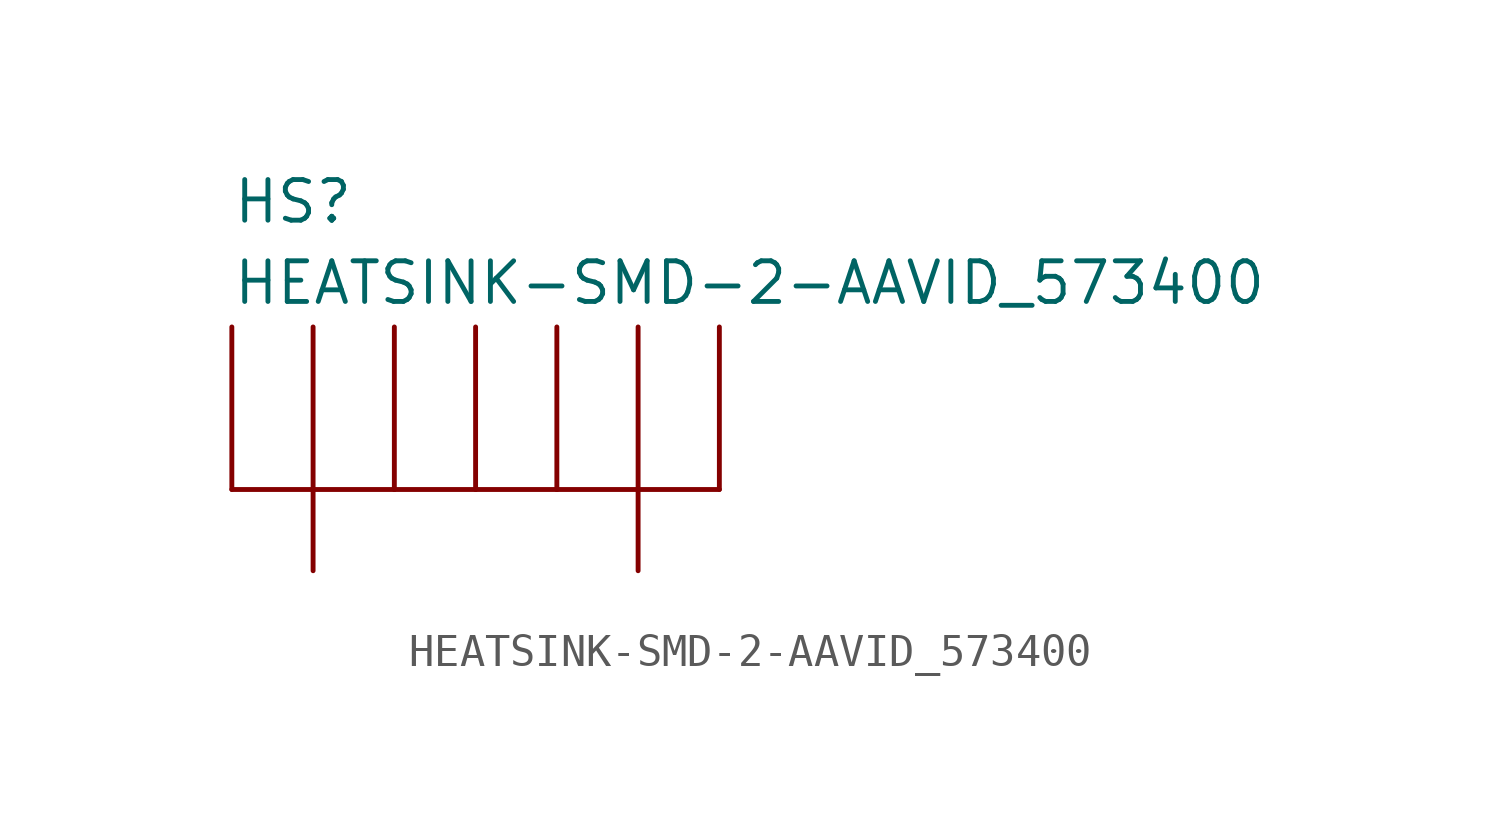
<source format=kicad_sym>
(kicad_symbol_lib
  (version 20211014)
  (generator kicad_symbol_editor)
  (symbol "HEATSINK-SMD-2-AAVID_573400"
    (pin_numbers hide)
    (pin_names
      (offset 1.016) hide)
    (property "Reference" "HS"
      (at -7.62 8.255 0)
      (effects (font (size 1.27 1.27)) (justify left bottom)))
    (property "Value" "HEATSINK-SMD-2-AAVID_573400"
      (at -7.62 5.715 0)
      (effects (font (size 1.27 1.27)) (justify left bottom)))
    (property "ki_locked" ""
      (at 0 0 0)
      (effects (font (size 1.27 1.27))))
    (symbol "HEATSINK-SMD-2-AAVID_573400_1_0"
      (polyline (pts (xy -7.62 0) (xy -5.08 0)) (stroke (width 0) (type default) (color 0 0 0 0)) (fill (type none)))
      (polyline (pts (xy -7.62 5.08) (xy -7.62 0)) (stroke (width 0) (type default) (color 0 0 0 0)) (fill (type none)))
      (polyline (pts (xy -5.08 0) (xy -2.54 0)) (stroke (width 0) (type default) (color 0 0 0 0)) (fill (type none)))
      (polyline (pts (xy -5.08 5.08) (xy -5.08 0)) (stroke (width 0) (type default) (color 0 0 0 0)) (fill (type none)))
      (polyline (pts (xy -2.54 0) (xy 0 0)) (stroke (width 0) (type default) (color 0 0 0 0)) (fill (type none)))
      (polyline (pts (xy -2.54 5.08) (xy -2.54 0)) (stroke (width 0) (type default) (color 0 0 0 0)) (fill (type none)))
      (polyline (pts (xy 0 0) (xy 2.54 0)) (stroke (width 0) (type default) (color 0 0 0 0)) (fill (type none)))
      (polyline (pts (xy 0 5.08) (xy 0 0)) (stroke (width 0) (type default) (color 0 0 0 0)) (fill (type none)))
      (polyline (pts (xy 2.54 0) (xy 5.08 0)) (stroke (width 0) (type default) (color 0 0 0 0)) (fill (type none)))
      (polyline (pts (xy 2.54 5.08) (xy 2.54 0)) (stroke (width 0) (type default) (color 0 0 0 0)) (fill (type none)))
      (polyline (pts (xy 5.08 0) (xy 7.62 0)) (stroke (width 0) (type default) (color 0 0 0 0)) (fill (type none)))
      (polyline (pts (xy 5.08 5.08) (xy 5.08 0)) (stroke (width 0) (type default) (color 0 0 0 0)) (fill (type none)))
      (polyline (pts (xy 7.62 0) (xy 7.62 5.08)) (stroke (width 0) (type default) (color 0 0 0 0)) (fill (type none))))
    (symbol "HEATSINK-SMD-2-AAVID_573400_1_1"
      (pin bidirectional line (at -5.08 -2.54 90) (length 2.54) (name "P$1" (effects (font (size 1.016 1.016)))) (number "P$1" (effects (font (size 1.016 1.016)))))
      (pin bidirectional line (at 5.08 -2.54 90) (length 2.54) (name "P$2" (effects (font (size 1.016 1.016)))) (number "P$2" (effects (font (size 1.016 1.016))))))))
</source>
